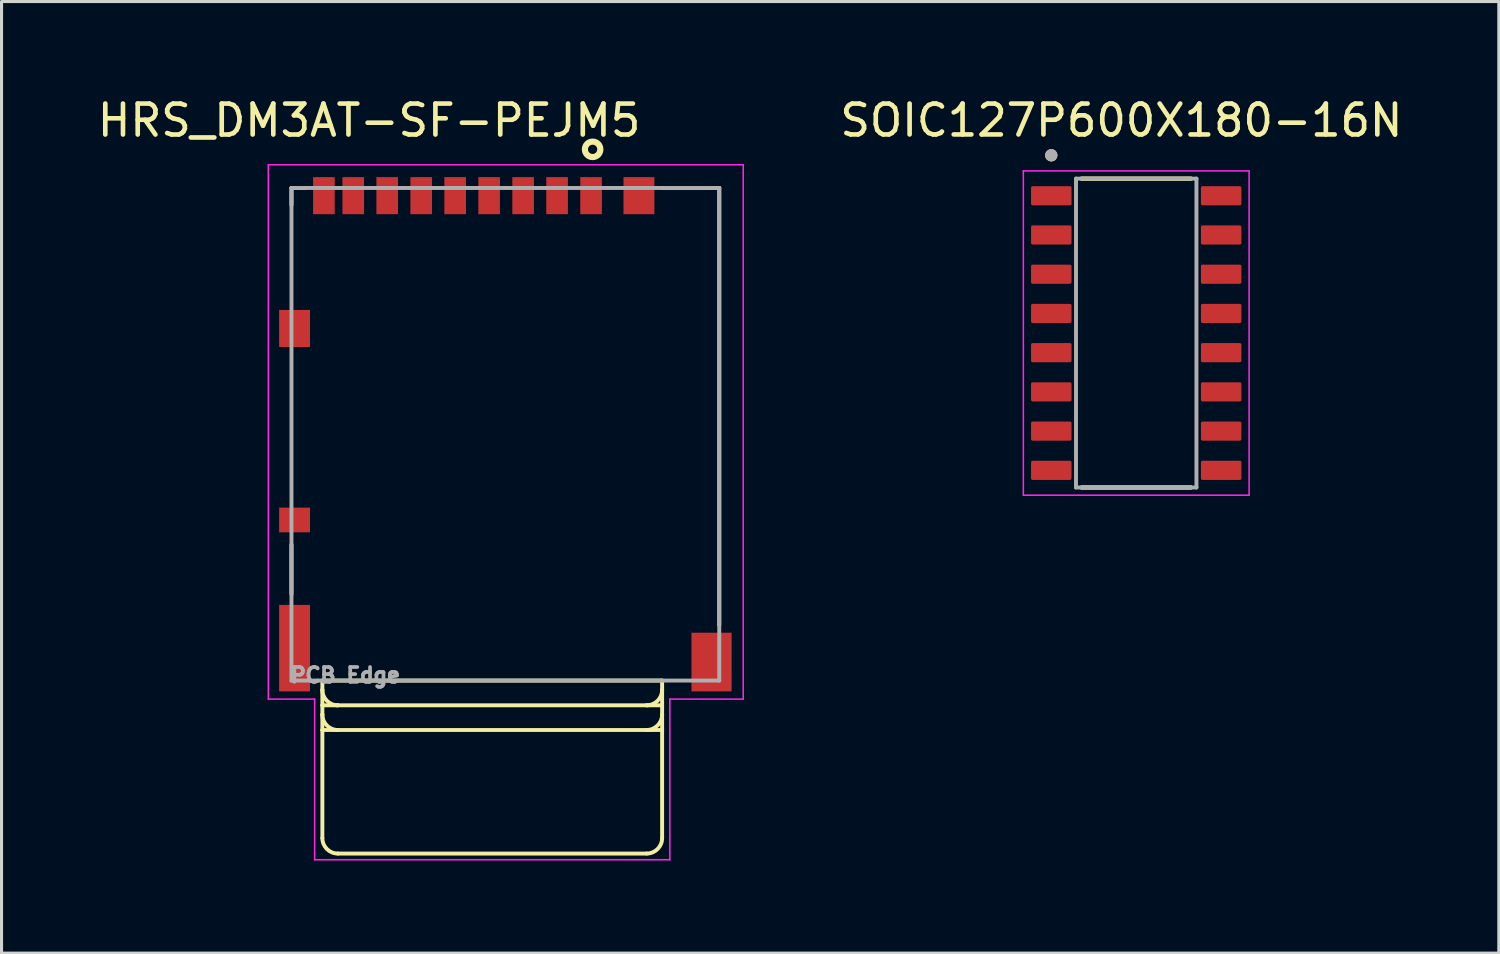
<source format=kicad_pcb>
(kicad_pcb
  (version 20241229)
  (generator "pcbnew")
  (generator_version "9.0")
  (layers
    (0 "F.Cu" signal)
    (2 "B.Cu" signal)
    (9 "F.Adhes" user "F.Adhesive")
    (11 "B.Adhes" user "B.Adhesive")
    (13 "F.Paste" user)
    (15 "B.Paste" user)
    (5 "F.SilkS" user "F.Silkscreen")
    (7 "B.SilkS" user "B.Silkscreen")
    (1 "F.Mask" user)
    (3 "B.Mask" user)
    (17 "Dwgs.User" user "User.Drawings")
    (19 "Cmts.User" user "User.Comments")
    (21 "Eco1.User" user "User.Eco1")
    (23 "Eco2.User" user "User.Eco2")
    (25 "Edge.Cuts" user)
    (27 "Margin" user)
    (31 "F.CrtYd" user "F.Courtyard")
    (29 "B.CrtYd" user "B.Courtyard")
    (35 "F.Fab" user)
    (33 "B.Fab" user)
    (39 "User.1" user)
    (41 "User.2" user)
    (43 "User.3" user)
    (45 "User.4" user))
  (footprint "HRS_DM3AT-SF-PEJM5"
    (layer "F.Cu")
    (at 12.887 3.285)
    (property "Reference" "HRS_DM3AT-SF-PEJM5" (at -3.987 -2.436 0) (layer "F.SilkS") (effects (font (size 1.002 1.002) (thickness 0.15))))
    (attr through_hole)
    (fp_line (start -6.5 -0.25) (end -6.5 0.3) (stroke (width 0.127) (type solid)) (layer "F.SilkS"))
    (fp_line (start -6.5 12.9) (end -6.5 11.3) (stroke (width 0.127) (type solid)) (layer "F.SilkS"))
    (fp_line (start -6.05 -0.25) (end -6.5 -0.25) (stroke (width 0.127) (type solid)) (layer "F.SilkS"))
    (fp_line (start -5.5 15.7) (end -5.5 16) (stroke (width 0.127) (type solid)) (layer "F.SilkS"))
    (fp_line (start -5.5 15.7) (end 5.5 15.7) (stroke (width 0.127) (type solid)) (layer "F.SilkS"))
    (fp_line (start -5.5 16.5) (end -5.5 16) (stroke (width 0.127) (type solid)) (layer "F.SilkS"))
    (fp_line (start -5.5 16.5) (end -5.5 16.8) (stroke (width 0.127) (type solid)) (layer "F.SilkS"))
    (fp_line (start -5.5 17.3) (end -5.5 16.8) (stroke (width 0.127) (type solid)) (layer "F.SilkS"))
    (fp_line (start -5.5 17.3) (end -5.5 20.8) (stroke (width 0.127) (type solid)) (layer "F.SilkS"))
    (fp_line (start -5 16.5) (end -5.5 16.5) (stroke (width 0.127) (type solid)) (layer "F.SilkS"))
    (fp_line (start -5 17.3) (end -5.5 17.3) (stroke (width 0.127) (type solid)) (layer "F.SilkS"))
    (fp_line (start 5 16.5) (end -5 16.5) (stroke (width 0.127) (type solid)) (layer "F.SilkS"))
    (fp_line (start 5 17.3) (end -5 17.3) (stroke (width 0.127) (type solid)) (layer "F.SilkS"))
    (fp_line (start 5 21.3) (end -5 21.3) (stroke (width 0.127) (type solid)) (layer "F.SilkS"))
    (fp_line (start 5.5 -0.25) (end 7.35 -0.25) (stroke (width 0.127) (type solid)) (layer "F.SilkS"))
    (fp_line (start 5.5 15.7) (end 5.5 16) (stroke (width 0.127) (type solid)) (layer "F.SilkS"))
    (fp_line (start 5.5 16) (end 5.5 16.5) (stroke (width 0.127) (type solid)) (layer "F.SilkS"))
    (fp_line (start 5.5 16.5) (end 5 16.5) (stroke (width 0.127) (type solid)) (layer "F.SilkS"))
    (fp_line (start 5.5 16.5) (end 5.5 16.8) (stroke (width 0.127) (type solid)) (layer "F.SilkS"))
    (fp_line (start 5.5 16.8) (end 5.5 17.3) (stroke (width 0.127) (type solid)) (layer "F.SilkS"))
    (fp_line (start 5.5 17.3) (end 5 17.3) (stroke (width 0.127) (type solid)) (layer "F.SilkS"))
    (fp_line (start 5.5 17.3) (end 5.5 20.8) (stroke (width 0.127) (type solid)) (layer "F.SilkS"))
    (fp_line (start 7.35 -0.25) (end 7.35 13.9) (stroke (width 0.127) (type solid)) (layer "F.SilkS"))
    (fp_arc (start -5 16.5) (mid -5.353553 16.353553) (end -5.5 16) (stroke (width 0.127) (type solid)) (layer "F.SilkS"))
    (fp_arc (start -5 17.3) (mid -5.353553 17.153553) (end -5.5 16.8) (stroke (width 0.127) (type solid)) (layer "F.SilkS"))
    (fp_arc (start -5 21.3) (mid -5.353553 21.153553) (end -5.5 20.8) (stroke (width 0.127) (type solid)) (layer "F.SilkS"))
    (fp_arc (start 5.5 16) (mid 5.353553 16.353553) (end 5 16.5) (stroke (width 0.127) (type solid)) (layer "F.SilkS"))
    (fp_arc (start 5.5 16.8) (mid 5.353553 17.153553) (end 5 17.3) (stroke (width 0.127) (type solid)) (layer "F.SilkS"))
    (fp_arc (start 5.5 20.8) (mid 5.353553 21.153553) (end 5 21.3) (stroke (width 0.127) (type solid)) (layer "F.SilkS"))
    (fp_circle (center 3.25 -1.5) (end 3.5 -1.5) (stroke (width 0.2) (type solid)) (fill no) (layer "F.SilkS"))
    (fp_line (start -7.25 -1) (end 8.125 -1) (stroke (width 0.05) (type solid)) (layer "F.CrtYd"))
    (fp_line (start -7.25 16.3) (end -7.25 -1) (stroke (width 0.05) (type solid)) (layer "F.CrtYd"))
    (fp_line (start -5.75 16.3) (end -7.25 16.3) (stroke (width 0.05) (type solid)) (layer "F.CrtYd"))
    (fp_line (start -5.75 21.5) (end -5.75 16.3) (stroke (width 0.05) (type solid)) (layer "F.CrtYd"))
    (fp_line (start 5.75 16.3) (end 5.75 21.5) (stroke (width 0.05) (type solid)) (layer "F.CrtYd"))
    (fp_line (start 5.75 21.5) (end -5.75 21.5) (stroke (width 0.05) (type solid)) (layer "F.CrtYd"))
    (fp_line (start 8.125 -1) (end 8.125 16.3) (stroke (width 0.05) (type solid)) (layer "F.CrtYd"))
    (fp_line (start 8.125 16.3) (end 5.75 16.3) (stroke (width 0.05) (type solid)) (layer "F.CrtYd"))
    (fp_line (start -6.5 -0.25) (end 7.35 -0.25) (stroke (width 0.127) (type solid)) (layer "F.Fab"))
    (fp_line (start -6.5 15.7) (end -6.5 -0.25) (stroke (width 0.127) (type solid)) (layer "F.Fab"))
    (fp_line (start 7.35 -0.25) (end 7.35 15.7) (stroke (width 0.127) (type solid)) (layer "F.Fab"))
    (fp_line (start 7.35 15.7) (end -6.5 15.7) (stroke (width 0.127) (type solid)) (layer "F.Fab"))
    (fp_text user "PCB Edge" (at -4.758 15.525 0) (layer "F.Fab") (effects (font (size 0.481 0.481) (thickness 0.15))))
    (pad "1" smd rect (at 3.2 0) (size 0.7 1.2) (layers "F.Cu" "F.Mask" "F.Paste"))
    (pad "2" smd rect (at 2.1 0) (size 0.7 1.2) (layers "F.Cu" "F.Mask" "F.Paste"))
    (pad "3" smd rect (at 1 0) (size 0.7 1.2) (layers "F.Cu" "F.Mask" "F.Paste"))
    (pad "4" smd rect (at -0.1 0) (size 0.7 1.2) (layers "F.Cu" "F.Mask" "F.Paste"))
    (pad "5" smd rect (at -1.2 0) (size 0.7 1.2) (layers "F.Cu" "F.Mask" "F.Paste"))
    (pad "6" smd rect (at -2.3 0) (size 0.7 1.2) (layers "F.Cu" "F.Mask" "F.Paste"))
    (pad "7" smd rect (at -3.4 0) (size 0.7 1.2) (layers "F.Cu" "F.Mask" "F.Paste"))
    (pad "8" smd rect (at -4.5 0) (size 0.7 1.2) (layers "F.Cu" "F.Mask" "F.Paste"))
    (pad "P1" smd rect (at -6.4 4.3) (size 1 1.2) (layers "F.Cu" "F.Mask" "F.Paste"))
    (pad "P2" smd rect (at -6.4 14.65) (size 1 2.8) (layers "F.Cu" "F.Mask" "F.Paste"))
    (pad "P3" smd rect (at 7.1 15.1) (size 1.3 1.9) (layers "F.Cu" "F.Mask" "F.Paste"))
    (pad "P4" smd rect (at 4.75 0) (size 1 1.2) (layers "F.Cu" "F.Mask" "F.Paste"))
    (pad "SWA" smd rect (at -6.4 10.5) (size 1 0.8) (layers "F.Cu" "F.Mask" "F.Paste"))
    (pad "SWB" smd rect (at -5.45 0) (size 0.7 1.2) (layers "F.Cu" "F.Mask" "F.Paste"))
    (zone (net_name "") (layer "F.Cu") (hatch full 0.508) (connect_pads) (min_thickness 0.01) (filled_areas_thickness no) (keepout (tracks not_allowed) (vias not_allowed) (pads not_allowed) (copperpour not_allowed) (footprints allowed)) (placement (enabled no)) (fill) (polygon (pts (xy 6.074 3.735) (xy 6.837 3.735) (xy 6.837 6.992) (xy 6.074 6.992))))
    (zone (net_name "") (layer "F.Cu") (hatch full 0.508) (connect_pads) (min_thickness 0.01) (filled_areas_thickness no) (keepout (tracks not_allowed) (vias not_allowed) (pads not_allowed) (copperpour not_allowed) (footprints allowed)) (placement (enabled no)) (fill) (polygon (pts (xy 6.083 8.185) (xy 6.837 8.185) (xy 6.837 11.79) (xy 6.083 11.79))))
    (zone (net_name "") (layer "F.Cu") (hatch full 0.508) (connect_pads) (min_thickness 0.01) (filled_areas_thickness no) (keepout (tracks not_allowed) (vias not_allowed) (pads not_allowed) (copperpour not_allowed) (footprints allowed)) (placement (enabled no)) (fill) (polygon (pts (xy 7.181 9.585) (xy 7.887 9.585) (xy 7.887 17.2) (xy 7.181 17.2))))
    (zone (net_name "") (layer "F.Cu") (hatch full 0.508) (connect_pads) (min_thickness 0.01) (filled_areas_thickness no) (keepout (tracks not_allowed) (vias not_allowed) (pads not_allowed) (copperpour not_allowed) (footprints allowed)) (placement (enabled no)) (fill) (polygon (pts (xy 7.884 8.285) (xy 16.587 8.285) (xy 16.587 9.889) (xy 7.884 9.889))))
    (zone (net_name "") (layer "F.Cu") (hatch full 0.508) (connect_pads) (min_thickness 0.01) (filled_areas_thickness no) (keepout (tracks not_allowed) (vias not_allowed) (pads not_allowed) (copperpour not_allowed) (footprints allowed)) (placement (enabled no)) (fill) (polygon (pts (xy 16.238 17.985) (xy 18.787 17.985) (xy 18.787 19.342) (xy 16.238 19.342)))))
  (footprint "SOIC127P600X180-16N"
    (layer "F.Cu")
    (at 33.737 7.733)
    (property "Reference" "SOIC127P600X180-16N" (at -0.48 -6.885 0) (layer "F.SilkS") (effects (font (size 1 1) (thickness 0.15))))
    (attr through_hole)
    (fp_line (start -1.775 -5) (end 1.775 -5) (stroke (width 0.127) (type solid)) (layer "F.SilkS"))
    (fp_line (start -1.775 -5) (end 1.775 -5) (stroke (width 0.127) (type solid)) (layer "F.SilkS"))
    (fp_line (start -1.775 5) (end 1.775 5) (stroke (width 0.127) (type solid)) (layer "F.SilkS"))
    (fp_line (start -1.775 5) (end 1.775 5) (stroke (width 0.127) (type solid)) (layer "F.SilkS"))
    (fp_circle (center -2.75 -5.755) (end -2.65 -5.755) (stroke (width 0.2) (type solid)) (fill no) (layer "F.SilkS"))
    (fp_line (start -3.655 -5.25) (end -3.655 5.25) (stroke (width 0.05) (type solid)) (layer "F.CrtYd"))
    (fp_line (start -3.655 5.25) (end 3.655 5.25) (stroke (width 0.05) (type solid)) (layer "F.CrtYd"))
    (fp_line (start 3.655 -5.25) (end -3.655 -5.25) (stroke (width 0.05) (type solid)) (layer "F.CrtYd"))
    (fp_line (start 3.655 5.25) (end 3.655 -5.25) (stroke (width 0.05) (type solid)) (layer "F.CrtYd"))
    (fp_line (start -1.95 -5) (end -1.95 5) (stroke (width 0.127) (type solid)) (layer "F.Fab"))
    (fp_line (start -1.95 -5) (end 1.95 -5) (stroke (width 0.127) (type solid)) (layer "F.Fab"))
    (fp_line (start -1.95 5) (end 1.95 5) (stroke (width 0.127) (type solid)) (layer "F.Fab"))
    (fp_line (start 1.95 -5) (end 1.95 5) (stroke (width 0.127) (type solid)) (layer "F.Fab"))
    (fp_circle (center -2.75 -5.755) (end -2.65 -5.755) (stroke (width 0.2) (type solid)) (fill no) (layer "F.Fab"))
    (pad "1" smd roundrect (at -2.75 -4.445) (size 1.31 0.62) (layers "F.Cu" "F.Mask" "F.Paste") (roundrect_rratio 0.08))
    (pad "2" smd roundrect (at -2.75 -3.175) (size 1.31 0.62) (layers "F.Cu" "F.Mask" "F.Paste") (roundrect_rratio 0.08))
    (pad "3" smd roundrect (at -2.75 -1.905) (size 1.31 0.62) (layers "F.Cu" "F.Mask" "F.Paste") (roundrect_rratio 0.08))
    (pad "4" smd roundrect (at -2.75 -0.635) (size 1.31 0.62) (layers "F.Cu" "F.Mask" "F.Paste") (roundrect_rratio 0.08))
    (pad "5" smd roundrect (at -2.75 0.635) (size 1.31 0.62) (layers "F.Cu" "F.Mask" "F.Paste") (roundrect_rratio 0.08))
    (pad "6" smd roundrect (at -2.75 1.905) (size 1.31 0.62) (layers "F.Cu" "F.Mask" "F.Paste") (roundrect_rratio 0.08))
    (pad "7" smd roundrect (at -2.75 3.175) (size 1.31 0.62) (layers "F.Cu" "F.Mask" "F.Paste") (roundrect_rratio 0.08))
    (pad "8" smd roundrect (at -2.75 4.445) (size 1.31 0.62) (layers "F.Cu" "F.Mask" "F.Paste") (roundrect_rratio 0.08))
    (pad "9" smd roundrect (at 2.75 4.445) (size 1.31 0.62) (layers "F.Cu" "F.Mask" "F.Paste") (roundrect_rratio 0.08))
    (pad "10" smd roundrect (at 2.75 3.175) (size 1.31 0.62) (layers "F.Cu" "F.Mask" "F.Paste") (roundrect_rratio 0.08))
    (pad "11" smd roundrect (at 2.75 1.905) (size 1.31 0.62) (layers "F.Cu" "F.Mask" "F.Paste") (roundrect_rratio 0.08))
    (pad "12" smd roundrect (at 2.75 0.635) (size 1.31 0.62) (layers "F.Cu" "F.Mask" "F.Paste") (roundrect_rratio 0.08))
    (pad "13" smd roundrect (at 2.75 -0.635) (size 1.31 0.62) (layers "F.Cu" "F.Mask" "F.Paste") (roundrect_rratio 0.08))
    (pad "14" smd roundrect (at 2.75 -1.905) (size 1.31 0.62) (layers "F.Cu" "F.Mask" "F.Paste") (roundrect_rratio 0.08))
    (pad "15" smd roundrect (at 2.75 -3.175) (size 1.31 0.62) (layers "F.Cu" "F.Mask" "F.Paste") (roundrect_rratio 0.08))
    (pad "16" smd roundrect (at 2.75 -4.445) (size 1.31 0.62) (layers "F.Cu" "F.Mask" "F.Paste") (roundrect_rratio 0.08)))
  (gr_rect
    (start -3 -3)
    (end 45.477 27.81)
    (stroke (width 0.1) (type default))
    (fill no)
    (layer "Edge.Cuts")))
</source>
